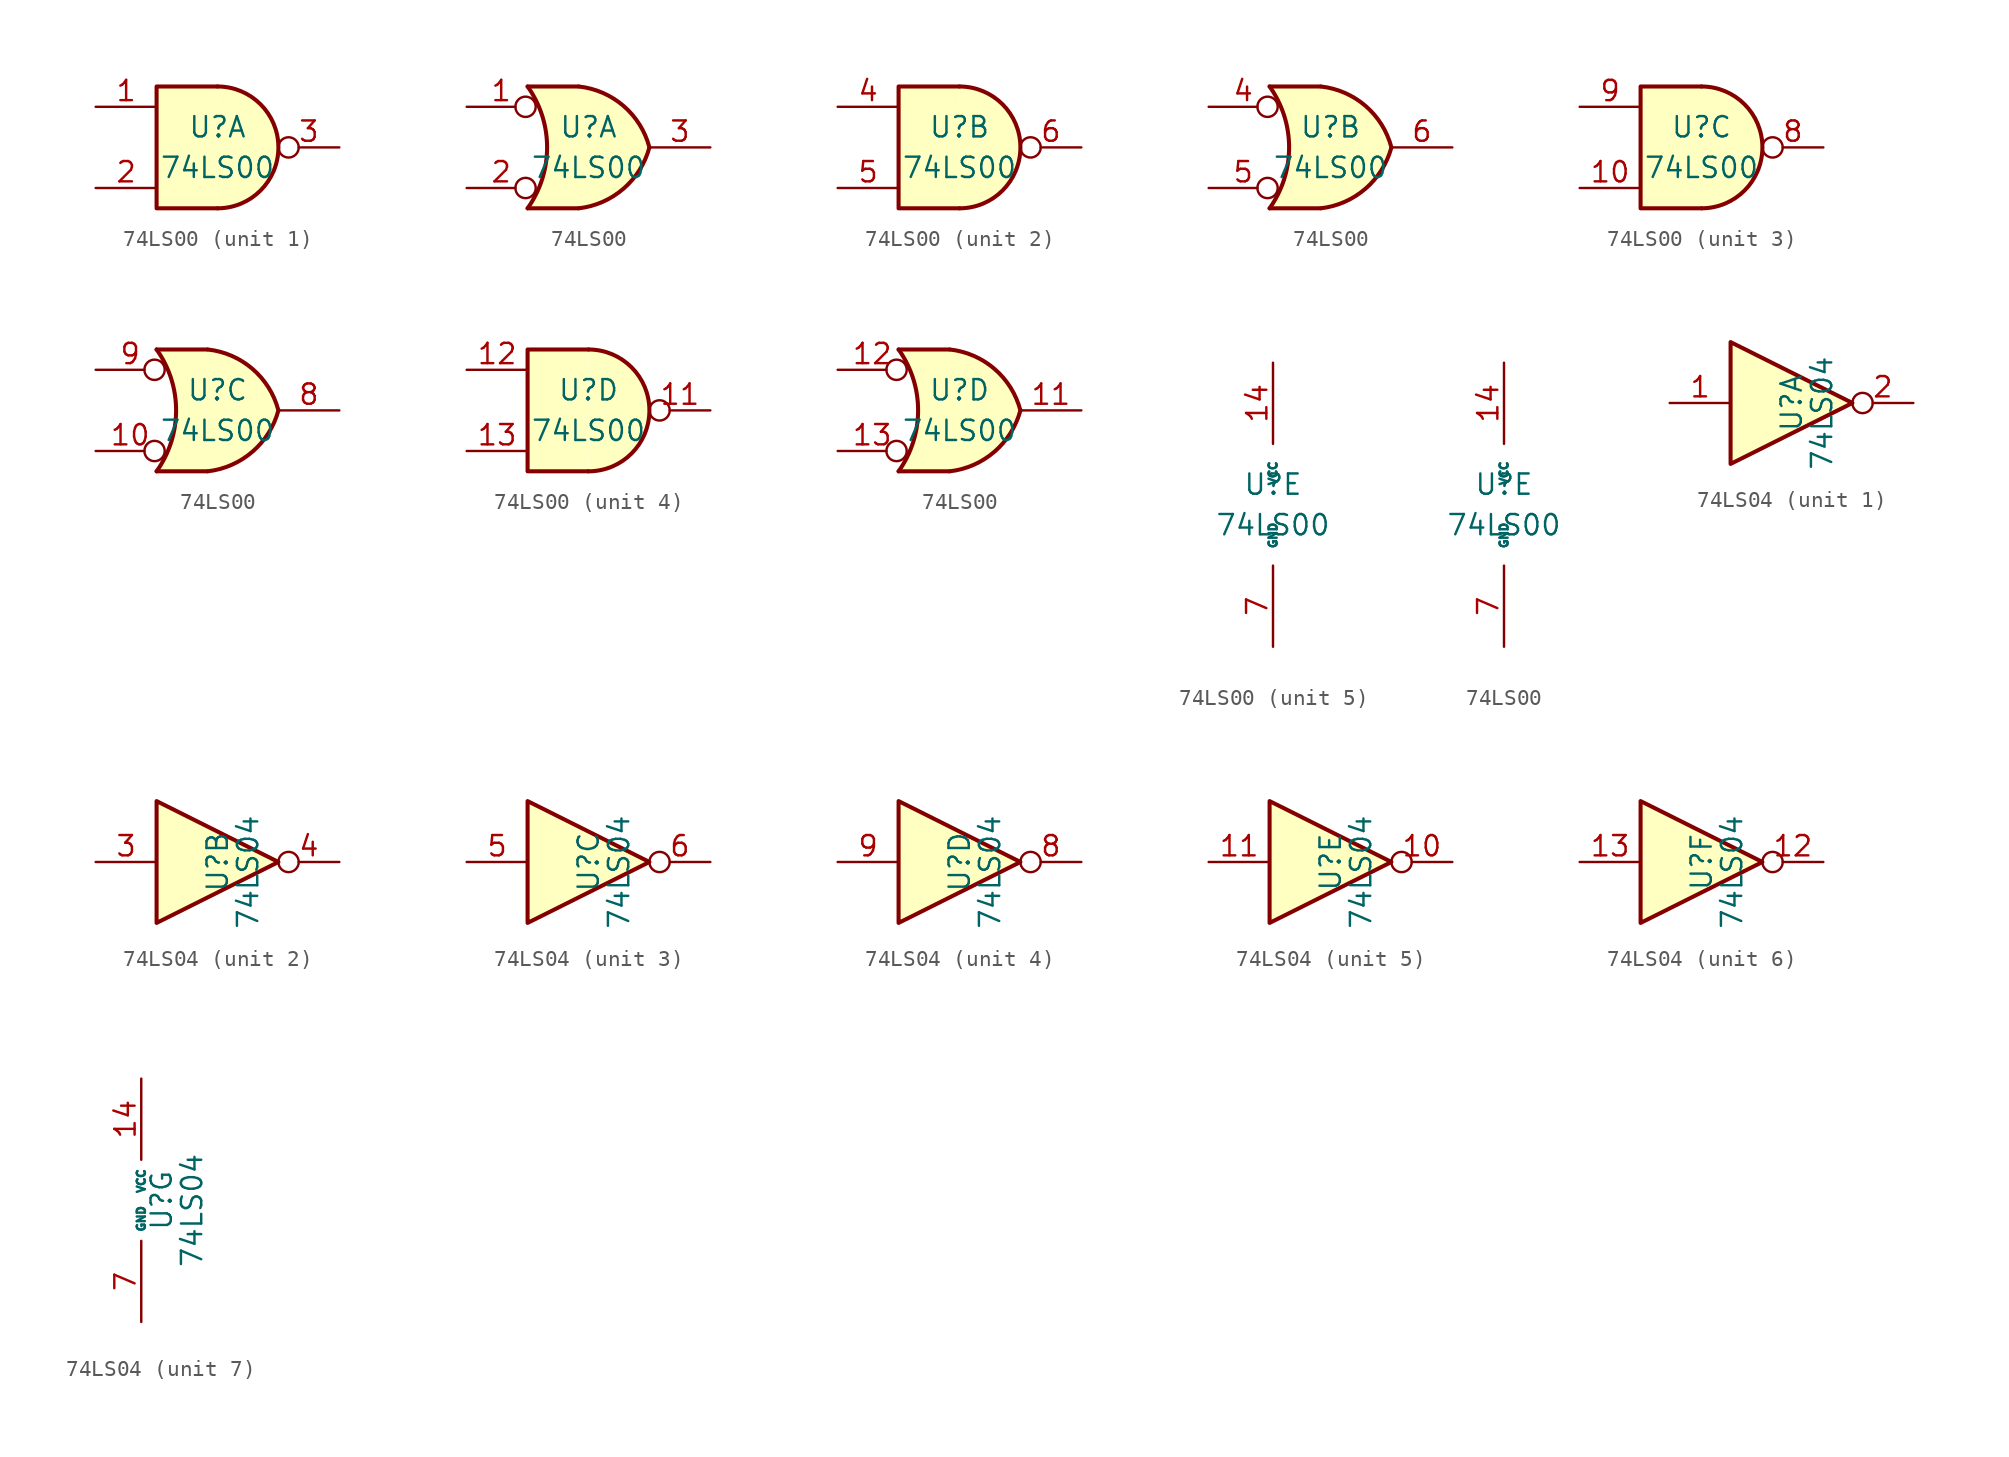
<source format=kicad_sym>
(kicad_symbol_lib
  (version 20211014)
  (generator kicad_symbol_editor)
  (symbol "74LS00"
    (pin_names
      (offset 1.016))
    (property "Reference" "U"
      (at 0 1.27 0)
      (effects (font (size 1.27 1.27))))
    (property "Value" "74LS00"
      (at 0 -1.27 0)
      (effects (font (size 1.27 1.27))))
    (property "ki_locked" ""
      (at 0 0 0)
      (effects (font (size 1.27 1.27))))
    (symbol "74LS00_1_1"
      (arc (start 0 -3.81) (mid 3.81 0) (end 0 3.81) (stroke (width 0.254) (type default) (color 0 0 0 0)) (fill (type background)))
      (polyline (pts (xy 0 3.81) (xy -3.81 3.81) (xy -3.81 -3.81) (xy 0 -3.81)) (stroke (width 0.254) (type default) (color 0 0 0 0)) (fill (type background)))
      (pin input line (at -7.62 2.54 0) (length 3.81) (name "~" (effects (font (size 1.27 1.27)))) (number "1" (effects (font (size 1.27 1.27)))))
      (pin input line (at -7.62 -2.54 0) (length 3.81) (name "~" (effects (font (size 1.27 1.27)))) (number "2" (effects (font (size 1.27 1.27)))))
      (pin output inverted (at 7.62 0 180) (length 3.81) (name "~" (effects (font (size 1.27 1.27)))) (number "3" (effects (font (size 1.27 1.27))))))
    (symbol "74LS00_1_2"
      (arc (start -3.81 -3.81) (mid -2.589 0) (end -3.81 3.81) (stroke (width 0.254) (type default) (color 0 0 0 0)) (fill (type none)))
      (arc (start -0.6096 -3.81) (mid 2.1855 -2.584) (end 3.81 0) (stroke (width 0.254) (type default) (color 0 0 0 0)) (fill (type background)))
      (polyline (pts (xy -3.81 -3.81) (xy -0.635 -3.81)) (stroke (width 0.254) (type default) (color 0 0 0 0)) (fill (type background)))
      (polyline (pts (xy -3.81 3.81) (xy -0.635 3.81)) (stroke (width 0.254) (type default) (color 0 0 0 0)) (fill (type background)))
      (polyline (pts (xy -0.635 3.81) (xy -3.81 3.81) (xy -3.81 3.81) (xy -3.556 3.404) (xy -3.023 2.261) (xy -2.692 1.041) (xy -2.616 -0.254) (xy -2.769 -1.499) (xy -3.175 -2.718) (xy -3.81 -3.81) (xy -3.81 -3.81) (xy -0.635 -3.81)) (stroke (width -25.4) (type default) (color 0 0 0 0)) (fill (type background)))
      (arc (start 3.81 0) (mid 2.1928 2.5925) (end -0.6096 3.81) (stroke (width 0.254) (type default) (color 0 0 0 0)) (fill (type background)))
      (pin input inverted (at -7.62 2.54 0) (length 4.318) (name "~" (effects (font (size 1.27 1.27)))) (number "1" (effects (font (size 1.27 1.27)))))
      (pin input inverted (at -7.62 -2.54 0) (length 4.318) (name "~" (effects (font (size 1.27 1.27)))) (number "2" (effects (font (size 1.27 1.27)))))
      (pin output line (at 7.62 0 180) (length 3.81) (name "~" (effects (font (size 1.27 1.27)))) (number "3" (effects (font (size 1.27 1.27))))))
    (symbol "74LS00_2_1"
      (arc (start 0 -3.81) (mid 3.81 0) (end 0 3.81) (stroke (width 0.254) (type default) (color 0 0 0 0)) (fill (type background)))
      (polyline (pts (xy 0 3.81) (xy -3.81 3.81) (xy -3.81 -3.81) (xy 0 -3.81)) (stroke (width 0.254) (type default) (color 0 0 0 0)) (fill (type background)))
      (pin input line (at -7.62 2.54 0) (length 3.81) (name "~" (effects (font (size 1.27 1.27)))) (number "4" (effects (font (size 1.27 1.27)))))
      (pin input line (at -7.62 -2.54 0) (length 3.81) (name "~" (effects (font (size 1.27 1.27)))) (number "5" (effects (font (size 1.27 1.27)))))
      (pin output inverted (at 7.62 0 180) (length 3.81) (name "~" (effects (font (size 1.27 1.27)))) (number "6" (effects (font (size 1.27 1.27))))))
    (symbol "74LS00_2_2"
      (arc (start -3.81 -3.81) (mid -2.589 0) (end -3.81 3.81) (stroke (width 0.254) (type default) (color 0 0 0 0)) (fill (type none)))
      (arc (start -0.6096 -3.81) (mid 2.1855 -2.584) (end 3.81 0) (stroke (width 0.254) (type default) (color 0 0 0 0)) (fill (type background)))
      (polyline (pts (xy -3.81 -3.81) (xy -0.635 -3.81)) (stroke (width 0.254) (type default) (color 0 0 0 0)) (fill (type background)))
      (polyline (pts (xy -3.81 3.81) (xy -0.635 3.81)) (stroke (width 0.254) (type default) (color 0 0 0 0)) (fill (type background)))
      (polyline (pts (xy -0.635 3.81) (xy -3.81 3.81) (xy -3.81 3.81) (xy -3.556 3.404) (xy -3.023 2.261) (xy -2.692 1.041) (xy -2.616 -0.254) (xy -2.769 -1.499) (xy -3.175 -2.718) (xy -3.81 -3.81) (xy -3.81 -3.81) (xy -0.635 -3.81)) (stroke (width -25.4) (type default) (color 0 0 0 0)) (fill (type background)))
      (arc (start 3.81 0) (mid 2.1928 2.5925) (end -0.6096 3.81) (stroke (width 0.254) (type default) (color 0 0 0 0)) (fill (type background)))
      (pin input inverted (at -7.62 2.54 0) (length 4.318) (name "~" (effects (font (size 1.27 1.27)))) (number "4" (effects (font (size 1.27 1.27)))))
      (pin input inverted (at -7.62 -2.54 0) (length 4.318) (name "~" (effects (font (size 1.27 1.27)))) (number "5" (effects (font (size 1.27 1.27)))))
      (pin output line (at 7.62 0 180) (length 3.81) (name "~" (effects (font (size 1.27 1.27)))) (number "6" (effects (font (size 1.27 1.27))))))
    (symbol "74LS00_3_1"
      (arc (start 0 -3.81) (mid 3.81 0) (end 0 3.81) (stroke (width 0.254) (type default) (color 0 0 0 0)) (fill (type background)))
      (polyline (pts (xy 0 3.81) (xy -3.81 3.81) (xy -3.81 -3.81) (xy 0 -3.81)) (stroke (width 0.254) (type default) (color 0 0 0 0)) (fill (type background)))
      (pin input line (at -7.62 -2.54 0) (length 3.81) (name "~" (effects (font (size 1.27 1.27)))) (number "10" (effects (font (size 1.27 1.27)))))
      (pin output inverted (at 7.62 0 180) (length 3.81) (name "~" (effects (font (size 1.27 1.27)))) (number "8" (effects (font (size 1.27 1.27)))))
      (pin input line (at -7.62 2.54 0) (length 3.81) (name "~" (effects (font (size 1.27 1.27)))) (number "9" (effects (font (size 1.27 1.27))))))
    (symbol "74LS00_3_2"
      (arc (start -3.81 -3.81) (mid -2.589 0) (end -3.81 3.81) (stroke (width 0.254) (type default) (color 0 0 0 0)) (fill (type none)))
      (arc (start -0.6096 -3.81) (mid 2.1855 -2.584) (end 3.81 0) (stroke (width 0.254) (type default) (color 0 0 0 0)) (fill (type background)))
      (polyline (pts (xy -3.81 -3.81) (xy -0.635 -3.81)) (stroke (width 0.254) (type default) (color 0 0 0 0)) (fill (type background)))
      (polyline (pts (xy -3.81 3.81) (xy -0.635 3.81)) (stroke (width 0.254) (type default) (color 0 0 0 0)) (fill (type background)))
      (polyline (pts (xy -0.635 3.81) (xy -3.81 3.81) (xy -3.81 3.81) (xy -3.556 3.404) (xy -3.023 2.261) (xy -2.692 1.041) (xy -2.616 -0.254) (xy -2.769 -1.499) (xy -3.175 -2.718) (xy -3.81 -3.81) (xy -3.81 -3.81) (xy -0.635 -3.81)) (stroke (width -25.4) (type default) (color 0 0 0 0)) (fill (type background)))
      (arc (start 3.81 0) (mid 2.1928 2.5925) (end -0.6096 3.81) (stroke (width 0.254) (type default) (color 0 0 0 0)) (fill (type background)))
      (pin input inverted (at -7.62 -2.54 0) (length 4.318) (name "~" (effects (font (size 1.27 1.27)))) (number "10" (effects (font (size 1.27 1.27)))))
      (pin output line (at 7.62 0 180) (length 3.81) (name "~" (effects (font (size 1.27 1.27)))) (number "8" (effects (font (size 1.27 1.27)))))
      (pin input inverted (at -7.62 2.54 0) (length 4.318) (name "~" (effects (font (size 1.27 1.27)))) (number "9" (effects (font (size 1.27 1.27))))))
    (symbol "74LS00_4_1"
      (arc (start 0 -3.81) (mid 3.81 0) (end 0 3.81) (stroke (width 0.254) (type default) (color 0 0 0 0)) (fill (type background)))
      (polyline (pts (xy 0 3.81) (xy -3.81 3.81) (xy -3.81 -3.81) (xy 0 -3.81)) (stroke (width 0.254) (type default) (color 0 0 0 0)) (fill (type background)))
      (pin output inverted (at 7.62 0 180) (length 3.81) (name "~" (effects (font (size 1.27 1.27)))) (number "11" (effects (font (size 1.27 1.27)))))
      (pin input line (at -7.62 2.54 0) (length 3.81) (name "~" (effects (font (size 1.27 1.27)))) (number "12" (effects (font (size 1.27 1.27)))))
      (pin input line (at -7.62 -2.54 0) (length 3.81) (name "~" (effects (font (size 1.27 1.27)))) (number "13" (effects (font (size 1.27 1.27))))))
    (symbol "74LS00_4_2"
      (arc (start -3.81 -3.81) (mid -2.589 0) (end -3.81 3.81) (stroke (width 0.254) (type default) (color 0 0 0 0)) (fill (type none)))
      (arc (start -0.6096 -3.81) (mid 2.1855 -2.584) (end 3.81 0) (stroke (width 0.254) (type default) (color 0 0 0 0)) (fill (type background)))
      (polyline (pts (xy -3.81 -3.81) (xy -0.635 -3.81)) (stroke (width 0.254) (type default) (color 0 0 0 0)) (fill (type background)))
      (polyline (pts (xy -3.81 3.81) (xy -0.635 3.81)) (stroke (width 0.254) (type default) (color 0 0 0 0)) (fill (type background)))
      (polyline (pts (xy -0.635 3.81) (xy -3.81 3.81) (xy -3.81 3.81) (xy -3.556 3.404) (xy -3.023 2.261) (xy -2.692 1.041) (xy -2.616 -0.254) (xy -2.769 -1.499) (xy -3.175 -2.718) (xy -3.81 -3.81) (xy -3.81 -3.81) (xy -0.635 -3.81)) (stroke (width -25.4) (type default) (color 0 0 0 0)) (fill (type background)))
      (arc (start 3.81 0) (mid 2.1928 2.5925) (end -0.6096 3.81) (stroke (width 0.254) (type default) (color 0 0 0 0)) (fill (type background)))
      (pin output line (at 7.62 0 180) (length 3.81) (name "~" (effects (font (size 1.27 1.27)))) (number "11" (effects (font (size 1.27 1.27)))))
      (pin input inverted (at -7.62 2.54 0) (length 4.318) (name "~" (effects (font (size 1.27 1.27)))) (number "12" (effects (font (size 1.27 1.27)))))
      (pin input inverted (at -7.62 -2.54 0) (length 4.318) (name "~" (effects (font (size 1.27 1.27)))) (number "13" (effects (font (size 1.27 1.27))))))
    (symbol "74LS00_5_0"
      (pin power_in line (at 0 8.89 270) (length 5.08) (name "VCC" (effects (font (size 0.508 0.508)))) (number "14" (effects (font (size 1.27 1.27)))))
      (pin power_in line (at 0 -8.89 90) (length 5.08) (name "GND" (effects (font (size 0.508 0.508)))) (number "7" (effects (font (size 1.27 1.27)))))))
  (symbol "74LS04"
    (property "Reference" "U"
      (at 0 0 90)
      (effects (font (size 1.27 1.27))))
    (property "Value" "74LS04"
      (at 1.905 -0.635 90)
      (effects (font (size 1.27 1.27))))
    (property "ki_locked" ""
      (at 0 0 0)
      (effects (font (size 1.27 1.27))))
    (symbol "74LS04_1_0"
      (polyline (pts (xy -3.81 3.81) (xy -3.81 -3.81) (xy 3.81 0) (xy -3.81 3.81)) (stroke (width 0.254) (type default) (color 0 0 0 0)) (fill (type background)))
      (pin input line (at -7.62 0 0) (length 3.81) (name "~" (effects (font (size 1.27 1.27)))) (number "1" (effects (font (size 1.27 1.27)))))
      (pin output inverted (at 7.62 0 180) (length 3.81) (name "~" (effects (font (size 1.27 1.27)))) (number "2" (effects (font (size 1.27 1.27))))))
    (symbol "74LS04_2_0"
      (polyline (pts (xy -3.81 3.81) (xy -3.81 -3.81) (xy 3.81 0) (xy -3.81 3.81)) (stroke (width 0.254) (type default) (color 0 0 0 0)) (fill (type background)))
      (pin input line (at -7.62 0 0) (length 3.81) (name "~" (effects (font (size 1.27 1.27)))) (number "3" (effects (font (size 1.27 1.27)))))
      (pin output inverted (at 7.62 0 180) (length 3.81) (name "~" (effects (font (size 1.27 1.27)))) (number "4" (effects (font (size 1.27 1.27))))))
    (symbol "74LS04_3_0"
      (polyline (pts (xy -3.81 3.81) (xy -3.81 -3.81) (xy 3.81 0) (xy -3.81 3.81)) (stroke (width 0.254) (type default) (color 0 0 0 0)) (fill (type background)))
      (pin input line (at -7.62 0 0) (length 3.81) (name "~" (effects (font (size 1.27 1.27)))) (number "5" (effects (font (size 1.27 1.27)))))
      (pin output inverted (at 7.62 0 180) (length 3.81) (name "~" (effects (font (size 1.27 1.27)))) (number "6" (effects (font (size 1.27 1.27))))))
    (symbol "74LS04_4_0"
      (polyline (pts (xy -3.81 3.81) (xy -3.81 -3.81) (xy 3.81 0) (xy -3.81 3.81)) (stroke (width 0.254) (type default) (color 0 0 0 0)) (fill (type background)))
      (pin output inverted (at 7.62 0 180) (length 3.81) (name "~" (effects (font (size 1.27 1.27)))) (number "8" (effects (font (size 1.27 1.27)))))
      (pin input line (at -7.62 0 0) (length 3.81) (name "~" (effects (font (size 1.27 1.27)))) (number "9" (effects (font (size 1.27 1.27))))))
    (symbol "74LS04_5_0"
      (polyline (pts (xy -3.81 3.81) (xy -3.81 -3.81) (xy 3.81 0) (xy -3.81 3.81)) (stroke (width 0.254) (type default) (color 0 0 0 0)) (fill (type background)))
      (pin output inverted (at 7.62 0 180) (length 3.81) (name "~" (effects (font (size 1.27 1.27)))) (number "10" (effects (font (size 1.27 1.27)))))
      (pin input line (at -7.62 0 0) (length 3.81) (name "~" (effects (font (size 1.27 1.27)))) (number "11" (effects (font (size 1.27 1.27))))))
    (symbol "74LS04_6_0"
      (polyline (pts (xy -3.81 3.81) (xy -3.81 -3.81) (xy 3.81 0) (xy -3.81 3.81)) (stroke (width 0.254) (type default) (color 0 0 0 0)) (fill (type background)))
      (pin output inverted (at 7.62 0 180) (length 3.81) (name "~" (effects (font (size 1.27 1.27)))) (number "12" (effects (font (size 1.27 1.27)))))
      (pin input line (at -7.62 0 0) (length 3.81) (name "~" (effects (font (size 1.27 1.27)))) (number "13" (effects (font (size 1.27 1.27))))))
    (symbol "74LS04_7_0"
      (pin power_in line (at -1.27 7.62 270) (length 5.08) (name "VCC" (effects (font (size 0.508 0.508)))) (number "14" (effects (font (size 1.27 1.27)))))
      (pin power_in line (at -1.27 -7.62 90) (length 5.08) (name "GND" (effects (font (size 0.508 0.508)))) (number "7" (effects (font (size 1.27 1.27))))))))
</source>
